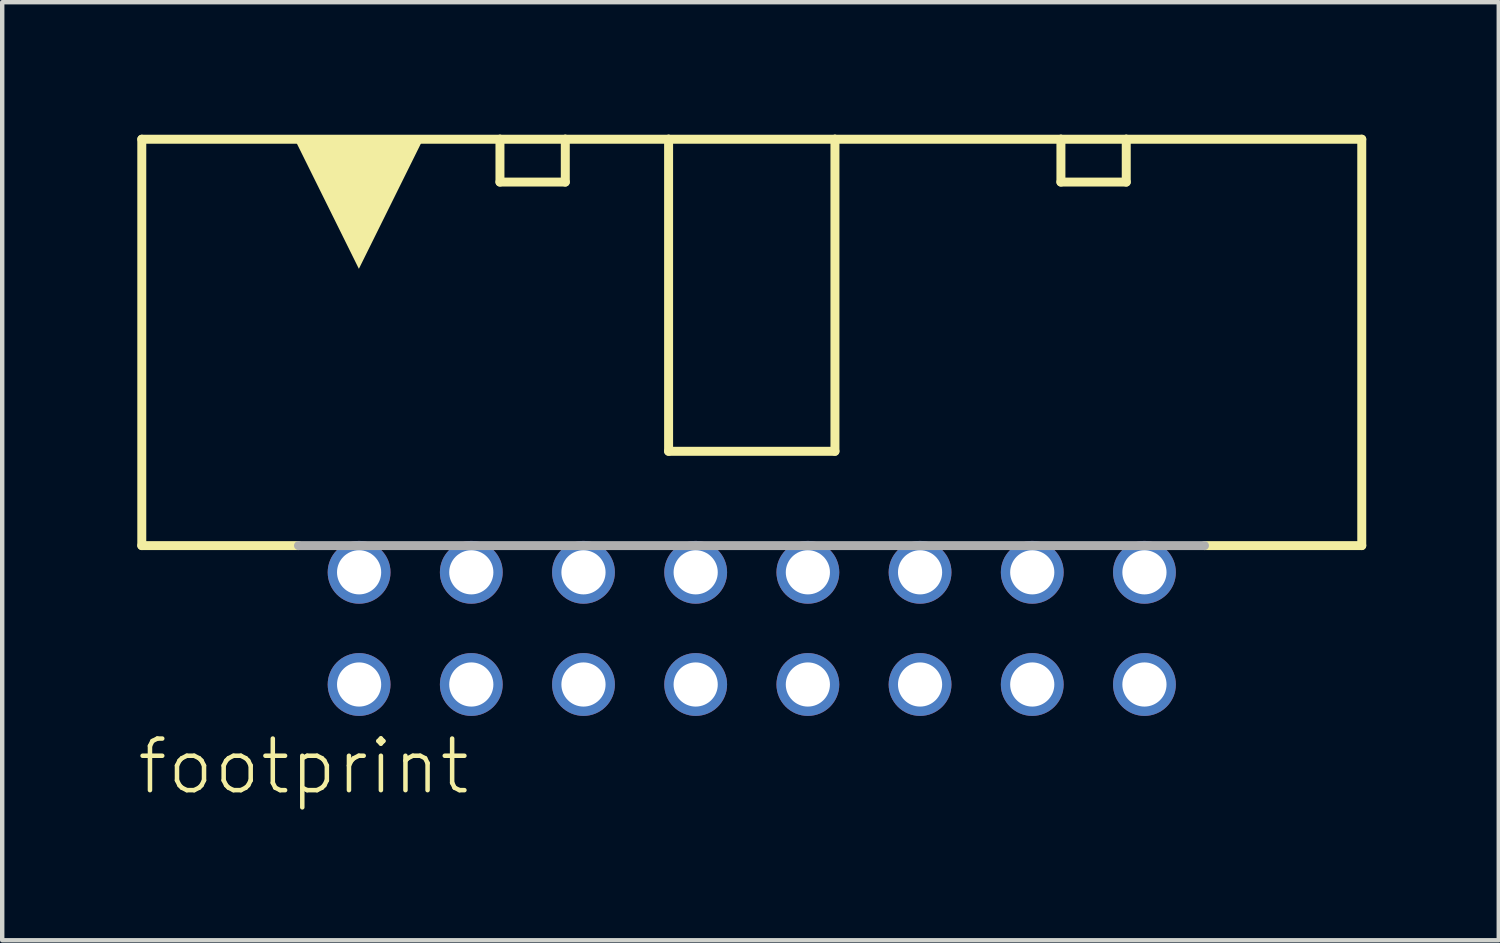
<source format=kicad_pcb>
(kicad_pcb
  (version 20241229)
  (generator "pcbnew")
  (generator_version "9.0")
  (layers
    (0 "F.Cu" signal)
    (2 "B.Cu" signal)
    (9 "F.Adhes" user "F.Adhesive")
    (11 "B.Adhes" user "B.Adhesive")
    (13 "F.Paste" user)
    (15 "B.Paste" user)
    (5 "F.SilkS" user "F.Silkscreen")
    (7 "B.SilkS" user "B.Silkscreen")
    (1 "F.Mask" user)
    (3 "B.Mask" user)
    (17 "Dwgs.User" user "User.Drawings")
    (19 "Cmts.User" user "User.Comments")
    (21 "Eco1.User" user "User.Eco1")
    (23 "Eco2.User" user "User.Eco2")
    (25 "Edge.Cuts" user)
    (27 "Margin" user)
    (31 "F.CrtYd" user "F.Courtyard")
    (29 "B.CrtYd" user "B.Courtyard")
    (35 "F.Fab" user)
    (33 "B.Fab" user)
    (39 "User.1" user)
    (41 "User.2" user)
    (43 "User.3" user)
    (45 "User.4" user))
  (footprint "footprint"
    (layer "F.Cu")
    (at 13.97 11.177)
    (property "Reference" "footprint" (at -13.97 3.81 0) (layer "F.SilkS") (effects (font (size 1.168 1.168) (thickness 0.102)) (justify left bottom)))
    (fp_line (start -13.81 -11.075) (end -13.81 -1.875) (stroke (width 0.203) (type solid)) (layer "F.SilkS"))
    (fp_line (start -10.266 -1.875) (end -13.81 -1.875) (stroke (width 0.203) (type solid)) (layer "F.SilkS"))
    (fp_line (start -5.701 -11.075) (end -13.81 -11.075) (stroke (width 0.203) (type solid)) (layer "F.SilkS"))
    (fp_line (start -5.701 -11.075) (end -4.222 -11.075) (stroke (width 0.203) (type solid)) (layer "F.SilkS"))
    (fp_line (start -5.701 -10.105) (end -5.701 -11.075) (stroke (width 0.203) (type solid)) (layer "F.SilkS"))
    (fp_line (start -4.222 -11.075) (end -4.222 -10.105) (stroke (width 0.203) (type solid)) (layer "F.SilkS"))
    (fp_line (start -4.222 -10.105) (end -5.701 -10.105) (stroke (width 0.203) (type solid)) (layer "F.SilkS"))
    (fp_line (start -1.883 -11.075) (end -4.222 -11.075) (stroke (width 0.203) (type solid)) (layer "F.SilkS"))
    (fp_line (start -1.883 -4.01) (end -1.883 -11.075) (stroke (width 0.203) (type solid)) (layer "F.SilkS"))
    (fp_line (start 1.883 -11.075) (end -1.883 -11.075) (stroke (width 0.203) (type solid)) (layer "F.SilkS"))
    (fp_line (start 1.883 -11.075) (end 1.883 -4.01) (stroke (width 0.203) (type solid)) (layer "F.SilkS"))
    (fp_line (start 1.883 -4.01) (end -1.883 -4.01) (stroke (width 0.203) (type solid)) (layer "F.SilkS"))
    (fp_line (start 6.999 -11.075) (end 1.883 -11.075) (stroke (width 0.203) (type solid)) (layer "F.SilkS"))
    (fp_line (start 6.999 -11.075) (end 8.478 -11.075) (stroke (width 0.203) (type solid)) (layer "F.SilkS"))
    (fp_line (start 6.999 -10.105) (end 6.999 -11.075) (stroke (width 0.203) (type solid)) (layer "F.SilkS"))
    (fp_line (start 8.478 -11.075) (end 8.478 -10.105) (stroke (width 0.203) (type solid)) (layer "F.SilkS"))
    (fp_line (start 8.478 -10.105) (end 6.999 -10.105) (stroke (width 0.203) (type solid)) (layer "F.SilkS"))
    (fp_line (start 13.81 -11.075) (end 8.478 -11.075) (stroke (width 0.203) (type solid)) (layer "F.SilkS"))
    (fp_line (start 13.81 -1.875) (end 10.253 -1.875) (stroke (width 0.203) (type solid)) (layer "F.SilkS"))
    (fp_line (start 13.81 -1.875) (end 13.81 -11.075) (stroke (width 0.203) (type solid)) (layer "F.SilkS"))
    (fp_poly (pts (xy -8.895 -8.141) (xy -10.334 -11.047) (xy -7.456 -11.047)) (stroke (width 0) (type solid)) (fill yes) (layer "F.SilkS"))
    (fp_line (start 10.249 -1.875) (end -10.262 -1.875) (stroke (width 0.203) (type solid)) (layer "F.Fab"))
    (pad "1" thru_hole circle (at -8.89 1.27) (size 1.422 1.422) (drill 1) (layers "*.Cu" "*.Mask"))
    (pad "2" thru_hole circle (at -8.89 -1.27) (size 1.422 1.422) (drill 1) (layers "*.Cu" "*.Mask"))
    (pad "3" thru_hole circle (at -6.35 1.27) (size 1.422 1.422) (drill 1) (layers "*.Cu" "*.Mask"))
    (pad "4" thru_hole circle (at -6.35 -1.27) (size 1.422 1.422) (drill 1) (layers "*.Cu" "*.Mask"))
    (pad "5" thru_hole circle (at -3.81 1.27) (size 1.422 1.422) (drill 1) (layers "*.Cu" "*.Mask"))
    (pad "6" thru_hole circle (at -3.81 -1.27) (size 1.422 1.422) (drill 1) (layers "*.Cu" "*.Mask"))
    (pad "7" thru_hole circle (at -1.27 1.27) (size 1.422 1.422) (drill 1) (layers "*.Cu" "*.Mask"))
    (pad "8" thru_hole circle (at -1.27 -1.27) (size 1.422 1.422) (drill 1) (layers "*.Cu" "*.Mask"))
    (pad "9" thru_hole circle (at 1.27 1.27) (size 1.422 1.422) (drill 1) (layers "*.Cu" "*.Mask"))
    (pad "10" thru_hole circle (at 1.27 -1.27) (size 1.422 1.422) (drill 1) (layers "*.Cu" "*.Mask"))
    (pad "11" thru_hole circle (at 3.81 1.27) (size 1.422 1.422) (drill 1) (layers "*.Cu" "*.Mask"))
    (pad "12" thru_hole circle (at 3.81 -1.27) (size 1.422 1.422) (drill 1) (layers "*.Cu" "*.Mask"))
    (pad "13" thru_hole circle (at 6.35 1.27) (size 1.422 1.422) (drill 1) (layers "*.Cu" "*.Mask"))
    (pad "14" thru_hole circle (at 6.35 -1.27) (size 1.422 1.422) (drill 1) (layers "*.Cu" "*.Mask"))
    (pad "15" thru_hole circle (at 8.89 1.27) (size 1.422 1.422) (drill 1) (layers "*.Cu" "*.Mask"))
    (pad "16" thru_hole circle (at 8.89 -1.27) (size 1.422 1.422) (drill 1) (layers "*.Cu" "*.Mask")))
  (gr_rect
    (start -3 -3)
    (end 30.882 18.237)
    (stroke (width 0.1) (type default))
    (fill no)
    (layer "Edge.Cuts")))
</source>
